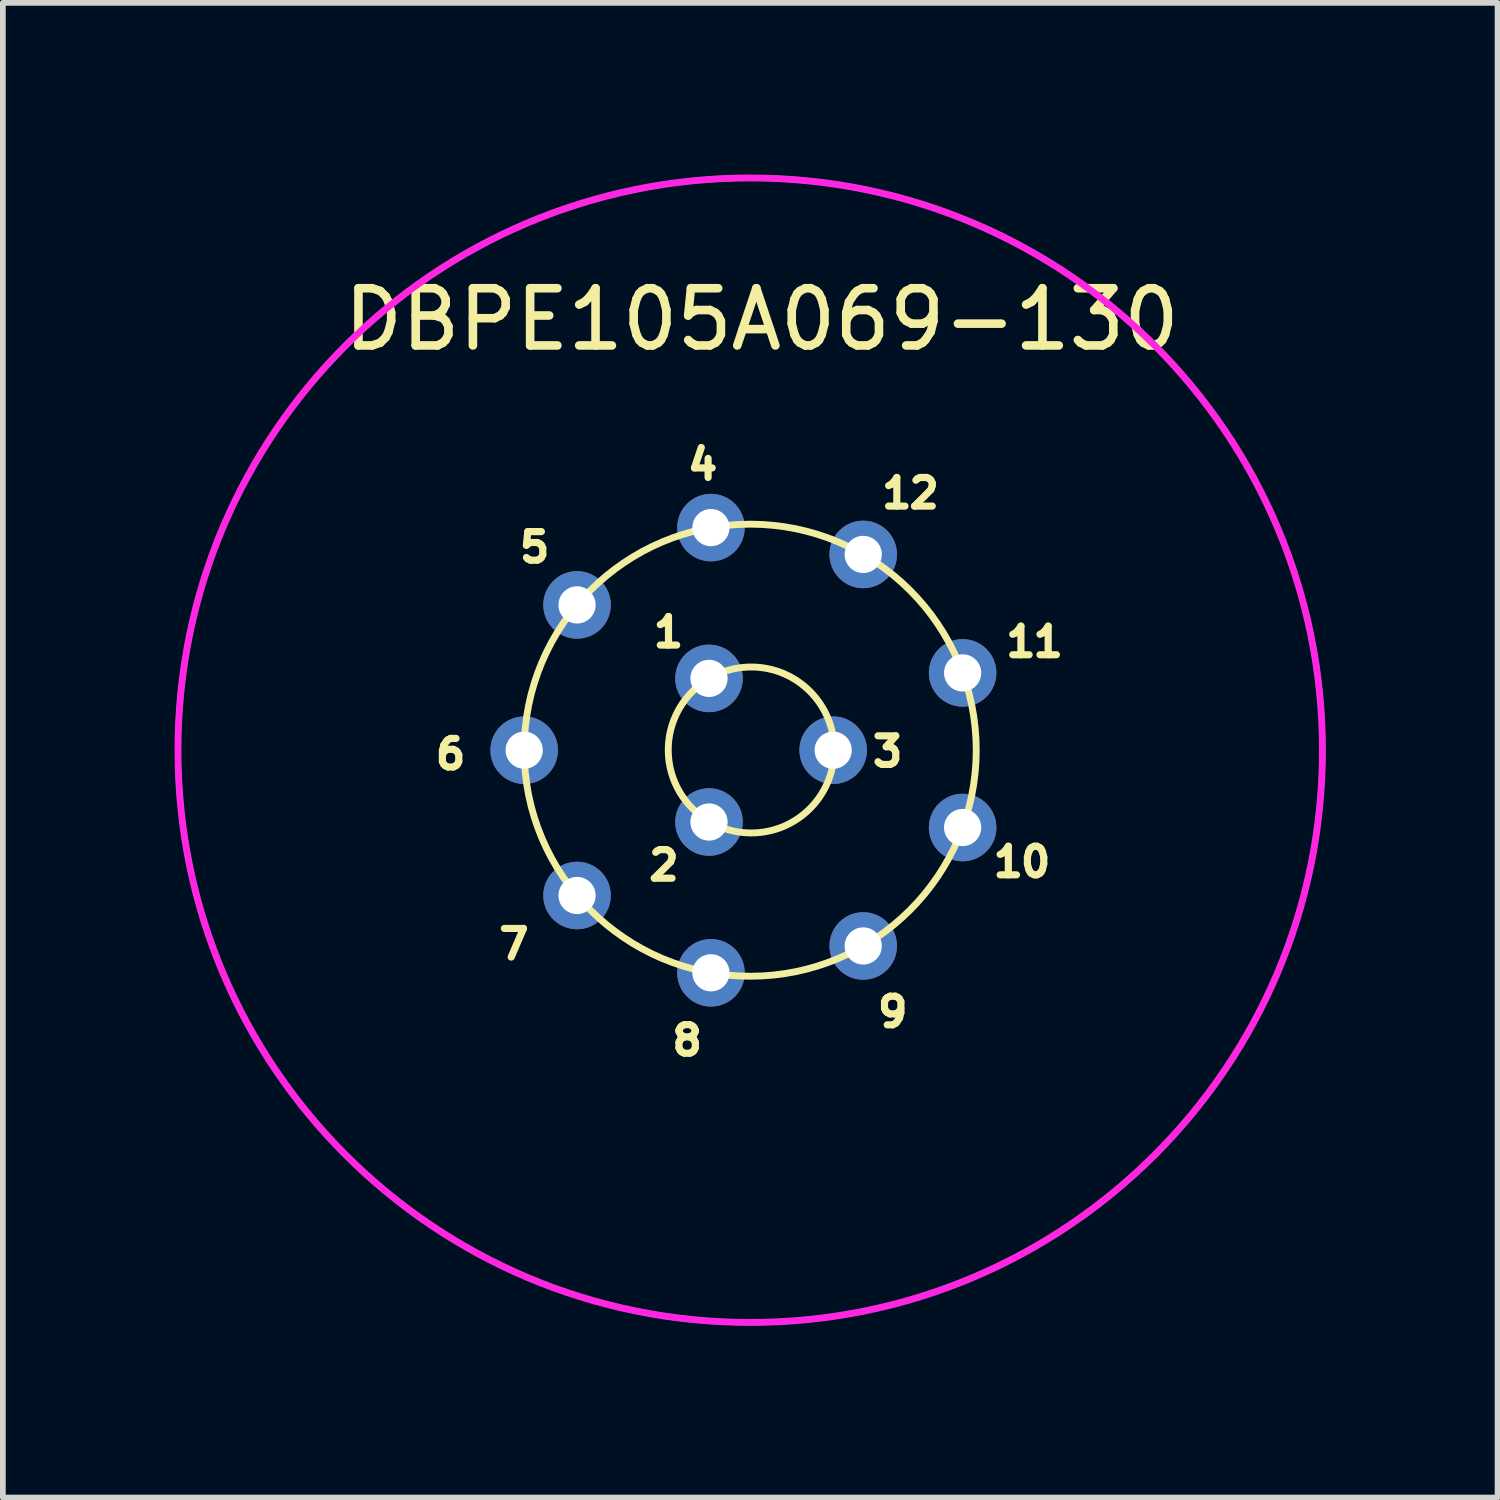
<source format=kicad_pcb>
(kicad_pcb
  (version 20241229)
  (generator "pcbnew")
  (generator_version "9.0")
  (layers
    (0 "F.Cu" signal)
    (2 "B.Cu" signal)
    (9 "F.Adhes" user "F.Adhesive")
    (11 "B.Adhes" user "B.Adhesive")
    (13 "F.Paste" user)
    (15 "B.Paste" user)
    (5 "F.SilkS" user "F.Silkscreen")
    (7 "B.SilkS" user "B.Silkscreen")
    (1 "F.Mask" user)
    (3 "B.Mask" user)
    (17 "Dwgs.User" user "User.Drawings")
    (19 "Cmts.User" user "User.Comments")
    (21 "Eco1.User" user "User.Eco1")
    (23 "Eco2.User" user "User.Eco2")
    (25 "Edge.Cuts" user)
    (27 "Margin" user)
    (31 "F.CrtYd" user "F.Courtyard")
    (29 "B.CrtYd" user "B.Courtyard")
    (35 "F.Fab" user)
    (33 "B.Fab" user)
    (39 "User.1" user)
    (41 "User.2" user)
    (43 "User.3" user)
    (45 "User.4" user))
  (footprint "DBPE105A069-130"
    (layer "F.Cu")
    (at 10.06 10.06)
    (property "Reference" "DBPE105A069-130" (at 0.202 -7.528 0) (unlocked yes) (layer "F.SilkS") (effects (font (size 1 1) (thickness 0.15))))
    (attr through_hole)
    (fp_circle (center 0 0) (end 3.95 0) (stroke (width 0.12) (type solid)) (fill no) (layer "F.SilkS"))
    (fp_circle (center 0.018 -0.004) (end 1.468 -0.004) (stroke (width 0.12) (type solid)) (fill no) (layer "F.SilkS"))
    (fp_circle (center 0 0) (end 10 0) (stroke (width 0.12) (type solid)) (fill no) (layer "F.CrtYd"))
    (fp_circle (center 0 0) (end 10 0) (stroke (width 0.1) (type solid)) (fill no) (layer "F.Fab"))
    (fp_text user "12" (at 2.8 -4.491 0) (unlocked yes) (layer "F.SilkS") (effects (font (size 0.5 0.5) (thickness 0.125))))
    (fp_text user "3" (at 2.4 0.024 0) (unlocked yes) (layer "F.SilkS") (effects (font (size 0.5 0.5) (thickness 0.125))))
    (fp_text user "10" (at 4.749 1.953 0) (unlocked yes) (layer "F.SilkS") (effects (font (size 0.5 0.5) (thickness 0.125))))
    (fp_text user "7" (at -4.129 3.39 0) (unlocked yes) (layer "F.SilkS") (effects (font (size 0.5 0.5) (thickness 0.125))))
    (fp_text user "8" (at -1.102 5.071 0) (unlocked yes) (layer "F.SilkS") (effects (font (size 0.5 0.5) (thickness 0.125))))
    (fp_text user "5" (at -3.768 -3.545 0) (unlocked yes) (layer "F.SilkS") (effects (font (size 0.5 0.5) (thickness 0.125))))
    (fp_text user "6" (at -5.236 0.069 0) (unlocked yes) (layer "F.SilkS") (effects (font (size 0.5 0.5) (thickness 0.125))))
    (fp_text user "4" (at -0.831 -4.991 0) (unlocked yes) (layer "F.SilkS") (effects (font (size 0.5 0.5) (thickness 0.125))))
    (fp_text user "9" (at 2.49 4.574 0) (unlocked yes) (layer "F.SilkS") (effects (font (size 0.5 0.5) (thickness 0.125))))
    (fp_text user "11" (at 4.969 -1.893 0) (unlocked yes) (layer "F.SilkS") (effects (font (size 0.5 0.5) (thickness 0.125))))
    (fp_text user "2" (at -1.509 2.012 0) (unlocked yes) (layer "F.SilkS") (effects (font (size 0.5 0.5) (thickness 0.125))))
    (fp_text user "1" (at -1.428 -2.062 0) (unlocked yes) (layer "F.SilkS") (effects (font (size 0.5 0.5) (thickness 0.125))))
    (pad "1" thru_hole circle (at -0.72 -1.255) (size 1.18 1.18) (drill 0.65) (layers "*.Cu" "*.Mask"))
    (pad "2" thru_hole circle (at -0.72 1.255) (size 1.18 1.18) (drill 0.65) (layers "*.Cu" "*.Mask"))
    (pad "3" thru_hole circle (at 1.45 0) (size 1.18 1.18) (drill 0.65) (layers "*.Cu" "*.Mask"))
    (pad "4" thru_hole circle (at -0.686 -3.89 280) (size 1.18 1.18) (drill 0.65) (layers "*.Cu" "*.Mask"))
    (pad "5" thru_hole circle (at -3.026 -2.539 320) (size 1.18 1.18) (drill 0.65) (layers "*.Cu" "*.Mask"))
    (pad "6" thru_hole circle (at -3.95 0) (size 1.18 1.18) (drill 0.65) (layers "*.Cu" "*.Mask"))
    (pad "7" thru_hole circle (at -3.026 2.539 40) (size 1.18 1.18) (drill 0.65) (layers "*.Cu" "*.Mask"))
    (pad "8" thru_hole circle (at -0.686 3.89 80) (size 1.18 1.18) (drill 0.65) (layers "*.Cu" "*.Mask"))
    (pad "9" thru_hole circle (at 1.975 3.421 120) (size 1.18 1.18) (drill 0.65) (layers "*.Cu" "*.Mask"))
    (pad "10" thru_hole circle (at 3.712 1.351 160) (size 1.18 1.18) (drill 0.65) (layers "*.Cu" "*.Mask"))
    (pad "11" thru_hole circle (at 3.712 -1.351 200) (size 1.18 1.18) (drill 0.65) (layers "*.Cu" "*.Mask"))
    (pad "12" thru_hole circle (at 1.975 -3.421 240) (size 1.18 1.18) (drill 0.65) (layers "*.Cu" "*.Mask")))
  (gr_rect
    (start -3 -3)
    (end 23.12 23.12)
    (stroke (width 0.1) (type default))
    (fill no)
    (layer "Edge.Cuts")))
</source>
